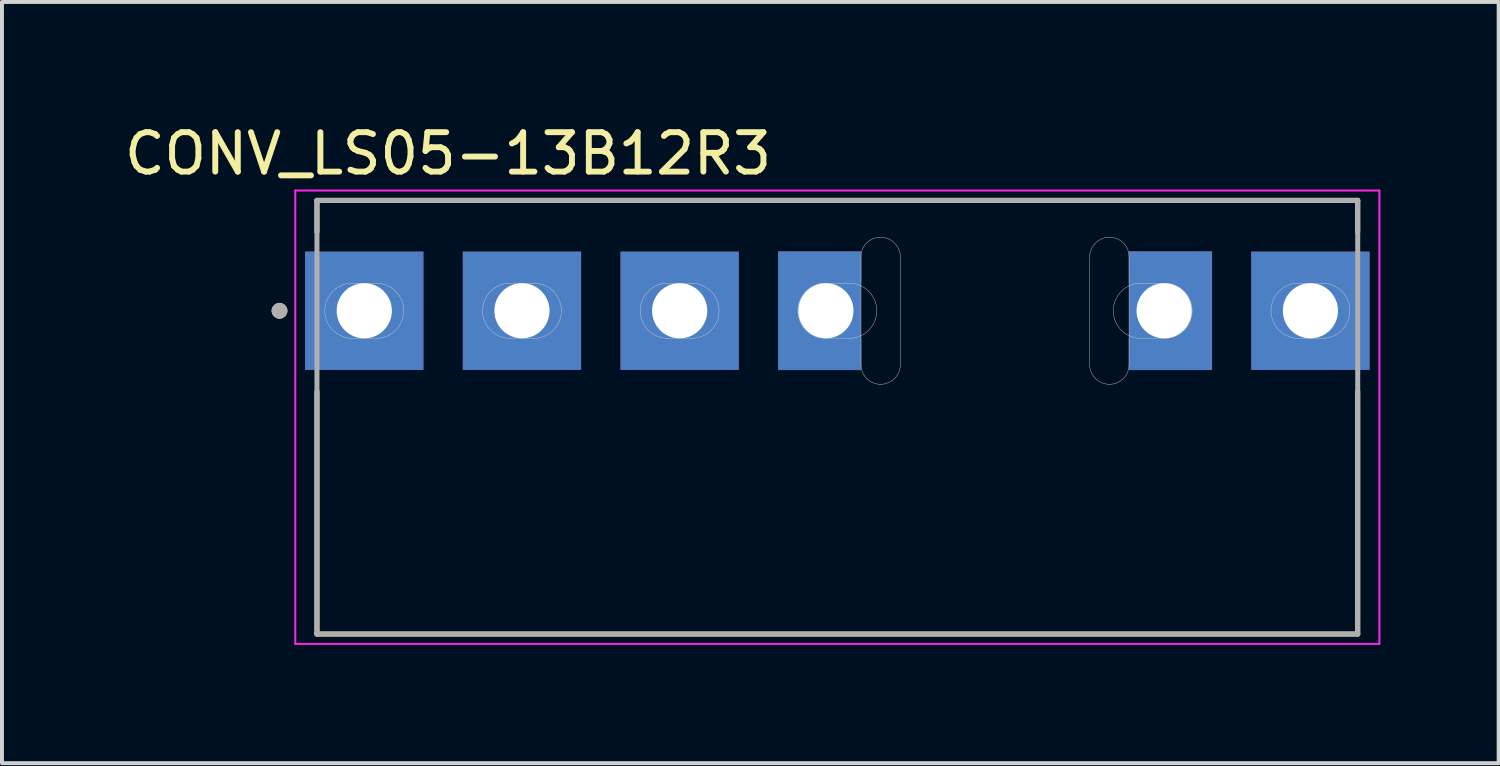
<source format=kicad_pcb>
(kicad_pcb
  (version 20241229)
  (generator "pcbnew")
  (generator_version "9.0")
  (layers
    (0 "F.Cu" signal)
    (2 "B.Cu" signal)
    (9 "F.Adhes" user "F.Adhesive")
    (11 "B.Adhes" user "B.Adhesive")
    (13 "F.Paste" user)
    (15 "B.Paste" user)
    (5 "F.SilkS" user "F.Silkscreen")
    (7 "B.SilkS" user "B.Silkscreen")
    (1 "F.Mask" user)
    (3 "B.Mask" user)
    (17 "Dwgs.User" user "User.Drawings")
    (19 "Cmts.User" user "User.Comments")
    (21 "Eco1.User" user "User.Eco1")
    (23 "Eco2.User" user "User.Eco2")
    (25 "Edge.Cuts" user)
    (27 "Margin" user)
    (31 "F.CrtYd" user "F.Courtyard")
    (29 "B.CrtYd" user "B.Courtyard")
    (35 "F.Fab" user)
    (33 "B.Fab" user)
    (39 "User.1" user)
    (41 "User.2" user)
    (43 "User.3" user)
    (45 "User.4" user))
  (footprint "CONV_LS05-13B12R3"
    (layer "F.Cu")
    (at 18.19 4.833)
    (property "Reference" "CONV_LS05-13B12R3" (at -9.875 -3.985 0) (layer "F.SilkS") (effects (font (size 1 1) (thickness 0.15))))
    (attr through_hole)
    (fp_poly (pts (xy -1 0) (xy -0.999 -0.037) (xy -0.996 -0.073) (xy -0.991 -0.11) (xy -0.985 -0.146) (xy -0.976 -0.181) (xy -0.966 -0.216) (xy -0.954 -0.251) (xy -0.939 -0.285) (xy -0.924 -0.318) (xy -0.906 -0.35) (xy -0.887 -0.381) (xy -0.866 -0.411) (xy -0.844 -0.441) (xy -0.82 -0.468) (xy -0.795 -0.495) (xy -0.768 -0.52) (xy -0.741 -0.544) (xy -0.711 -0.566) (xy -0.681 -0.587) (xy -0.65 -0.606) (xy -0.618 -0.624) (xy -0.585 -0.639) (xy -0.551 -0.654) (xy -0.516 -0.666) (xy -0.481 -0.676) (xy -0.446 -0.685) (xy -0.41 -0.691) (xy -0.373 -0.696) (xy -0.337 -0.699) (xy -0.3 -0.7) (xy 0.6 -0.7) (xy 0.6 -1.5) (xy -1.5 -1.5) (xy -1.5 1.5) (xy 0.6 1.5) (xy 0.6 0.7) (xy -0.3 0.7) (xy -0.337 0.699) (xy -0.373 0.696) (xy -0.41 0.691) (xy -0.446 0.685) (xy -0.481 0.676) (xy -0.516 0.666) (xy -0.551 0.654) (xy -0.585 0.639) (xy -0.618 0.624) (xy -0.65 0.606) (xy -0.681 0.587) (xy -0.711 0.566) (xy -0.741 0.544) (xy -0.768 0.52) (xy -0.795 0.495) (xy -0.82 0.468) (xy -0.844 0.441) (xy -0.866 0.411) (xy -0.887 0.381) (xy -0.906 0.35) (xy -0.924 0.318) (xy -0.939 0.285) (xy -0.954 0.251) (xy -0.966 0.216) (xy -0.976 0.181) (xy -0.985 0.146) (xy -0.991 0.11) (xy -0.996 0.073) (xy -0.999 0.037) (xy -1 0)) (stroke (width 0.01) (type solid)) (fill yes) (layer "F.Cu"))
    (fp_poly (pts (xy 9 0) (xy 8.999 0.037) (xy 8.996 0.073) (xy 8.991 0.11) (xy 8.985 0.146) (xy 8.976 0.181) (xy 8.966 0.216) (xy 8.954 0.251) (xy 8.939 0.285) (xy 8.924 0.318) (xy 8.906 0.35) (xy 8.887 0.381) (xy 8.866 0.411) (xy 8.844 0.441) (xy 8.82 0.468) (xy 8.795 0.495) (xy 8.768 0.52) (xy 8.741 0.544) (xy 8.711 0.566) (xy 8.681 0.587) (xy 8.65 0.606) (xy 8.618 0.624) (xy 8.585 0.639) (xy 8.551 0.654) (xy 8.516 0.666) (xy 8.481 0.676) (xy 8.446 0.685) (xy 8.41 0.691) (xy 8.373 0.696) (xy 8.337 0.699) (xy 8.3 0.7) (xy 7.4 0.7) (xy 7.4 1.5) (xy 9.5 1.5) (xy 9.5 -1.5) (xy 7.4 -1.5) (xy 7.4 -0.7) (xy 8.3 -0.7) (xy 8.337 -0.699) (xy 8.373 -0.696) (xy 8.41 -0.691) (xy 8.446 -0.685) (xy 8.481 -0.676) (xy 8.516 -0.666) (xy 8.551 -0.654) (xy 8.585 -0.639) (xy 8.618 -0.624) (xy 8.65 -0.606) (xy 8.681 -0.587) (xy 8.711 -0.566) (xy 8.741 -0.544) (xy 8.768 -0.52) (xy 8.795 -0.495) (xy 8.82 -0.468) (xy 8.844 -0.441) (xy 8.866 -0.411) (xy 8.887 -0.381) (xy 8.906 -0.35) (xy 8.924 -0.318) (xy 8.939 -0.285) (xy 8.954 -0.251) (xy 8.966 -0.216) (xy 8.976 -0.181) (xy 8.985 -0.146) (xy 8.991 -0.11) (xy 8.996 -0.073) (xy 8.999 -0.037) (xy 9 0)) (stroke (width 0.01) (type solid)) (fill yes) (layer "F.Cu"))
    (fp_poly (pts (xy 0.49 -1.965) (xy 1.7 -1.965) (xy 1.7 1.965) (xy 0.49 1.965)) (stroke (width 0.01) (type solid)) (fill yes) (layer "F.Mask"))
    (fp_poly (pts (xy 6.3 -1.965) (xy 7.49 -1.965) (xy 7.49 1.965) (xy 6.3 1.965)) (stroke (width 0.01) (type solid)) (fill yes) (layer "F.Mask"))
    (fp_poly (pts (xy 0.7 -0.6) (xy 0.7 -1.6) (xy -1.6 -1.6) (xy -1.6 1.6) (xy 0.7 1.6) (xy 0.7 0.6)) (stroke (width 0.01) (type solid)) (fill yes) (layer "F.Mask"))
    (fp_poly (pts (xy 7.3 0.6) (xy 7.3 1.6) (xy 9.6 1.6) (xy 9.6 -1.6) (xy 7.3 -1.6) (xy 7.3 -0.6)) (stroke (width 0.01) (type solid)) (fill yes) (layer "F.Mask"))
    (fp_poly (pts (xy -1 0) (xy -0.999 -0.037) (xy -0.996 -0.073) (xy -0.991 -0.11) (xy -0.985 -0.146) (xy -0.976 -0.181) (xy -0.966 -0.216) (xy -0.954 -0.251) (xy -0.939 -0.285) (xy -0.924 -0.318) (xy -0.906 -0.35) (xy -0.887 -0.381) (xy -0.866 -0.411) (xy -0.844 -0.441) (xy -0.82 -0.468) (xy -0.795 -0.495) (xy -0.768 -0.52) (xy -0.741 -0.544) (xy -0.711 -0.566) (xy -0.681 -0.587) (xy -0.65 -0.606) (xy -0.618 -0.624) (xy -0.585 -0.639) (xy -0.551 -0.654) (xy -0.516 -0.666) (xy -0.481 -0.676) (xy -0.446 -0.685) (xy -0.41 -0.691) (xy -0.373 -0.696) (xy -0.337 -0.699) (xy -0.3 -0.7) (xy 0.6 -0.7) (xy 0.6 -1.5) (xy -1.5 -1.5) (xy -1.5 1.5) (xy 0.6 1.5) (xy 0.6 0.7) (xy -0.3 0.7) (xy -0.337 0.699) (xy -0.373 0.696) (xy -0.41 0.691) (xy -0.446 0.685) (xy -0.481 0.676) (xy -0.516 0.666) (xy -0.551 0.654) (xy -0.585 0.639) (xy -0.618 0.624) (xy -0.65 0.606) (xy -0.681 0.587) (xy -0.711 0.566) (xy -0.741 0.544) (xy -0.768 0.52) (xy -0.795 0.495) (xy -0.82 0.468) (xy -0.844 0.441) (xy -0.866 0.411) (xy -0.887 0.381) (xy -0.906 0.35) (xy -0.924 0.318) (xy -0.939 0.285) (xy -0.954 0.251) (xy -0.966 0.216) (xy -0.976 0.181) (xy -0.985 0.146) (xy -0.991 0.11) (xy -0.996 0.073) (xy -0.999 0.037) (xy -1 0)) (stroke (width 0.01) (type solid)) (fill yes) (layer "B.Cu"))
    (fp_poly (pts (xy 9 0) (xy 8.999 0.037) (xy 8.996 0.073) (xy 8.991 0.11) (xy 8.985 0.146) (xy 8.976 0.181) (xy 8.966 0.216) (xy 8.954 0.251) (xy 8.939 0.285) (xy 8.924 0.318) (xy 8.906 0.35) (xy 8.887 0.381) (xy 8.866 0.411) (xy 8.844 0.441) (xy 8.82 0.468) (xy 8.795 0.495) (xy 8.768 0.52) (xy 8.741 0.544) (xy 8.711 0.566) (xy 8.681 0.587) (xy 8.65 0.606) (xy 8.618 0.624) (xy 8.585 0.639) (xy 8.551 0.654) (xy 8.516 0.666) (xy 8.481 0.676) (xy 8.446 0.685) (xy 8.41 0.691) (xy 8.373 0.696) (xy 8.337 0.699) (xy 8.3 0.7) (xy 7.4 0.7) (xy 7.4 1.5) (xy 9.5 1.5) (xy 9.5 -1.5) (xy 7.4 -1.5) (xy 7.4 -0.7) (xy 8.3 -0.7) (xy 8.337 -0.699) (xy 8.373 -0.696) (xy 8.41 -0.691) (xy 8.446 -0.685) (xy 8.481 -0.676) (xy 8.516 -0.666) (xy 8.551 -0.654) (xy 8.585 -0.639) (xy 8.618 -0.624) (xy 8.65 -0.606) (xy 8.681 -0.587) (xy 8.711 -0.566) (xy 8.741 -0.544) (xy 8.768 -0.52) (xy 8.795 -0.495) (xy 8.82 -0.468) (xy 8.844 -0.441) (xy 8.866 -0.411) (xy 8.887 -0.381) (xy 8.906 -0.35) (xy 8.924 -0.318) (xy 8.939 -0.285) (xy 8.954 -0.251) (xy 8.966 -0.216) (xy 8.976 -0.181) (xy 8.985 -0.146) (xy 8.991 -0.11) (xy 8.996 -0.073) (xy 8.999 -0.037) (xy 9 0)) (stroke (width 0.01) (type solid)) (fill yes) (layer "B.Cu"))
    (fp_poly (pts (xy 0.49 -1.965) (xy 1.7 -1.965) (xy 1.7 1.965) (xy 0.49 1.965)) (stroke (width 0.01) (type solid)) (fill yes) (layer "B.Mask"))
    (fp_poly (pts (xy 6.3 -1.965) (xy 7.49 -1.965) (xy 7.49 1.965) (xy 6.3 1.965)) (stroke (width 0.01) (type solid)) (fill yes) (layer "B.Mask"))
    (fp_poly (pts (xy 0.7 -0.6) (xy 0.7 -1.6) (xy -1.6 -1.6) (xy -1.6 1.6) (xy 0.7 1.6) (xy 0.7 0.6)) (stroke (width 0.01) (type solid)) (fill yes) (layer "B.Mask"))
    (fp_poly (pts (xy 7.3 0.6) (xy 7.3 1.6) (xy 9.6 1.6) (xy 9.6 -1.6) (xy 7.3 -1.6) (xy 7.3 -0.6)) (stroke (width 0.01) (type solid)) (fill yes) (layer "B.Mask"))
    (fp_line (start -13.2 -2.8) (end -13.2 -2) (stroke (width 0.127) (type solid)) (layer "F.SilkS"))
    (fp_line (start -13.2 2.05) (end -13.2 8.2) (stroke (width 0.127) (type solid)) (layer "F.SilkS"))
    (fp_line (start -13.2 8.2) (end 13.2 8.2) (stroke (width 0.127) (type solid)) (layer "F.SilkS"))
    (fp_line (start 13.2 -2.8) (end -13.2 -2.8) (stroke (width 0.127) (type solid)) (layer "F.SilkS"))
    (fp_line (start 13.2 -2.8) (end 13.2 -2) (stroke (width 0.127) (type solid)) (layer "F.SilkS"))
    (fp_line (start 13.2 2.05) (end 13.2 8.2) (stroke (width 0.127) (type solid)) (layer "F.SilkS"))
    (fp_circle (center -14.15 0) (end -14.05 0) (stroke (width 0.2) (type solid)) (fill no) (layer "F.SilkS"))
    (fp_line (start -12.3 -0.7) (end -11.7 -0.7) (stroke (width 0.01) (type solid)) (layer "Edge.Cuts"))
    (fp_line (start -11.7 0.7) (end -12.3 0.7) (stroke (width 0.01) (type solid)) (layer "Edge.Cuts"))
    (fp_line (start -8.3 -0.7) (end -7.7 -0.7) (stroke (width 0.01) (type solid)) (layer "Edge.Cuts"))
    (fp_line (start -7.7 0.7) (end -8.3 0.7) (stroke (width 0.01) (type solid)) (layer "Edge.Cuts"))
    (fp_line (start -4.3 -0.7) (end -3.7 -0.7) (stroke (width 0.01) (type solid)) (layer "Edge.Cuts"))
    (fp_line (start -3.7 0.7) (end -4.3 0.7) (stroke (width 0.01) (type solid)) (layer "Edge.Cuts"))
    (fp_line (start -0.3 -0.7) (end 0.3 -0.7) (stroke (width 0.01) (type solid)) (layer "Edge.Cuts"))
    (fp_line (start 0.3 0.7) (end -0.3 0.7) (stroke (width 0.01) (type solid)) (layer "Edge.Cuts"))
    (fp_line (start 0.6 -1.365) (end 0.6 1.365) (stroke (width 0.01) (type solid)) (layer "Edge.Cuts"))
    (fp_line (start 1.6 1.365) (end 1.6 -1.365) (stroke (width 0.01) (type solid)) (layer "Edge.Cuts"))
    (fp_line (start 6.4 -1.365) (end 6.4 1.365) (stroke (width 0.01) (type solid)) (layer "Edge.Cuts"))
    (fp_line (start 7.4 1.365) (end 7.4 -1.365) (stroke (width 0.01) (type solid)) (layer "Edge.Cuts"))
    (fp_line (start 7.7 -0.7) (end 8.3 -0.7) (stroke (width 0.01) (type solid)) (layer "Edge.Cuts"))
    (fp_line (start 8.3 0.7) (end 7.7 0.7) (stroke (width 0.01) (type solid)) (layer "Edge.Cuts"))
    (fp_line (start 11.7 -0.7) (end 12.3 -0.7) (stroke (width 0.01) (type solid)) (layer "Edge.Cuts"))
    (fp_line (start 12.3 0.7) (end 11.7 0.7) (stroke (width 0.01) (type solid)) (layer "Edge.Cuts"))
    (fp_arc (start -13 0) (mid -12.794975 -0.494975) (end -12.3 -0.7) (stroke (width 0.01) (type solid)) (layer "Edge.Cuts"))
    (fp_arc (start -12.3 0.7) (mid -12.794975 0.494975) (end -13 0) (stroke (width 0.01) (type solid)) (layer "Edge.Cuts"))
    (fp_arc (start -11.7 -0.7) (mid -11.205025 -0.494975) (end -11 0) (stroke (width 0.01) (type solid)) (layer "Edge.Cuts"))
    (fp_arc (start -11 0) (mid -11.205025 0.494975) (end -11.7 0.7) (stroke (width 0.01) (type solid)) (layer "Edge.Cuts"))
    (fp_arc (start -9 0) (mid -8.794975 -0.494975) (end -8.3 -0.7) (stroke (width 0.01) (type solid)) (layer "Edge.Cuts"))
    (fp_arc (start -8.3 0.7) (mid -8.794975 0.494975) (end -9 0) (stroke (width 0.01) (type solid)) (layer "Edge.Cuts"))
    (fp_arc (start -7.7 -0.7) (mid -7.205025 -0.494975) (end -7 0) (stroke (width 0.01) (type solid)) (layer "Edge.Cuts"))
    (fp_arc (start -7 0) (mid -7.205025 0.494975) (end -7.7 0.7) (stroke (width 0.01) (type solid)) (layer "Edge.Cuts"))
    (fp_arc (start -5 0) (mid -4.794975 -0.494975) (end -4.3 -0.7) (stroke (width 0.01) (type solid)) (layer "Edge.Cuts"))
    (fp_arc (start -4.3 0.7) (mid -4.794975 0.494975) (end -5 0) (stroke (width 0.01) (type solid)) (layer "Edge.Cuts"))
    (fp_arc (start -3.7 -0.7) (mid -3.205025 -0.494975) (end -3 0) (stroke (width 0.01) (type solid)) (layer "Edge.Cuts"))
    (fp_arc (start -3 0) (mid -3.205025 0.494975) (end -3.7 0.7) (stroke (width 0.01) (type solid)) (layer "Edge.Cuts"))
    (fp_arc (start -1 0) (mid -0.794975 -0.494975) (end -0.3 -0.7) (stroke (width 0.01) (type solid)) (layer "Edge.Cuts"))
    (fp_arc (start -0.3 0.7) (mid -0.794975 0.494975) (end -1 0) (stroke (width 0.01) (type solid)) (layer "Edge.Cuts"))
    (fp_arc (start 0.3 -0.7) (mid 0.794975 -0.494975) (end 1 0) (stroke (width 0.01) (type solid)) (layer "Edge.Cuts"))
    (fp_arc (start 0.6 -1.365) (mid 0.741447 -1.716482) (end 1.09 -1.865) (stroke (width 0.01) (type solid)) (layer "Edge.Cuts"))
    (fp_arc (start 1 0) (mid 0.794975 0.494975) (end 0.3 0.7) (stroke (width 0.01) (type solid)) (layer "Edge.Cuts"))
    (fp_arc (start 1.09 -1.865) (mid 1.448553 -1.720624) (end 1.6 -1.365) (stroke (width 0.01) (type solid)) (layer "Edge.Cuts"))
    (fp_arc (start 1.09 1.865) (mid 0.741447 1.716482) (end 0.6 1.365) (stroke (width 0.01) (type solid)) (layer "Edge.Cuts"))
    (fp_arc (start 1.6 1.365) (mid 1.448553 1.720624) (end 1.09 1.865) (stroke (width 0.01) (type solid)) (layer "Edge.Cuts"))
    (fp_arc (start 6.4 -1.365) (mid 6.551447 -1.720624) (end 6.91 -1.865) (stroke (width 0.01) (type solid)) (layer "Edge.Cuts"))
    (fp_arc (start 6.91 -1.865) (mid 7.258553 -1.716482) (end 7.4 -1.365) (stroke (width 0.01) (type solid)) (layer "Edge.Cuts"))
    (fp_arc (start 6.91 1.865) (mid 6.551447 1.720624) (end 6.4 1.365) (stroke (width 0.01) (type solid)) (layer "Edge.Cuts"))
    (fp_arc (start 7 0) (mid 7.205025 -0.494975) (end 7.7 -0.7) (stroke (width 0.01) (type solid)) (layer "Edge.Cuts"))
    (fp_arc (start 7.4 1.365) (mid 7.258553 1.716482) (end 6.91 1.865) (stroke (width 0.01) (type solid)) (layer "Edge.Cuts"))
    (fp_arc (start 7.7 0.7) (mid 7.205025 0.494975) (end 7 0) (stroke (width 0.01) (type solid)) (layer "Edge.Cuts"))
    (fp_arc (start 8.3 -0.7) (mid 8.794975 -0.494975) (end 9 0) (stroke (width 0.01) (type solid)) (layer "Edge.Cuts"))
    (fp_arc (start 9 0) (mid 8.794975 0.494975) (end 8.3 0.7) (stroke (width 0.01) (type solid)) (layer "Edge.Cuts"))
    (fp_arc (start 11 0) (mid 11.205025 -0.494975) (end 11.7 -0.7) (stroke (width 0.01) (type solid)) (layer "Edge.Cuts"))
    (fp_arc (start 11.7 0.7) (mid 11.205025 0.494975) (end 11 0) (stroke (width 0.01) (type solid)) (layer "Edge.Cuts"))
    (fp_arc (start 12.3 -0.7) (mid 12.794975 -0.494975) (end 13 0) (stroke (width 0.01) (type solid)) (layer "Edge.Cuts"))
    (fp_arc (start 13 0) (mid 12.794975 0.494975) (end 12.3 0.7) (stroke (width 0.01) (type solid)) (layer "Edge.Cuts"))
    (fp_line (start -13.75 -3.05) (end -13.75 8.45) (stroke (width 0.05) (type solid)) (layer "F.CrtYd"))
    (fp_line (start -13.75 8.45) (end 13.75 8.45) (stroke (width 0.05) (type solid)) (layer "F.CrtYd"))
    (fp_line (start 13.75 -3.05) (end -13.75 -3.05) (stroke (width 0.05) (type solid)) (layer "F.CrtYd"))
    (fp_line (start 13.75 8.45) (end 13.75 -3.05) (stroke (width 0.05) (type solid)) (layer "F.CrtYd"))
    (fp_line (start -13.2 -2.8) (end -13.2 8.2) (stroke (width 0.127) (type solid)) (layer "F.Fab"))
    (fp_line (start -13.2 8.2) (end 13.2 8.2) (stroke (width 0.127) (type solid)) (layer "F.Fab"))
    (fp_line (start 13.2 -2.8) (end -13.2 -2.8) (stroke (width 0.127) (type solid)) (layer "F.Fab"))
    (fp_line (start 13.2 8.2) (end 13.2 -2.8) (stroke (width 0.127) (type solid)) (layer "F.Fab"))
    (fp_circle (center -14.15 0) (end -14.05 0) (stroke (width 0.2) (type solid)) (fill no) (layer "F.Fab"))
    (pad "1" thru_hole rect (at -12 0) (size 3 3) (drill 1.4) (layers "*.Cu" "*.Mask"))
    (pad "2" thru_hole rect (at -8 0) (size 3 3) (drill 1.4) (layers "*.Cu" "*.Mask"))
    (pad "3" thru_hole rect (at -4 0) (size 3 3) (drill 1.4) (layers "*.Cu" "*.Mask"))
    (pad "4" thru_hole rect (at -0.29 0) (size 1.78 1.78) (drill 1.4) (layers "*.Cu"))
    (pad "5" thru_hole rect (at 8.29 0) (size 1.78 1.78) (drill 1.4) (layers "*.Cu"))
    (pad "6" thru_hole rect (at 12 0) (size 3 3) (drill 1.4) (layers "*.Cu" "*.Mask")))
  (gr_rect
    (start -3 -3)
    (end 34.965 16.308)
    (stroke (width 0.1) (type default))
    (fill no)
    (layer "Edge.Cuts")))
</source>
